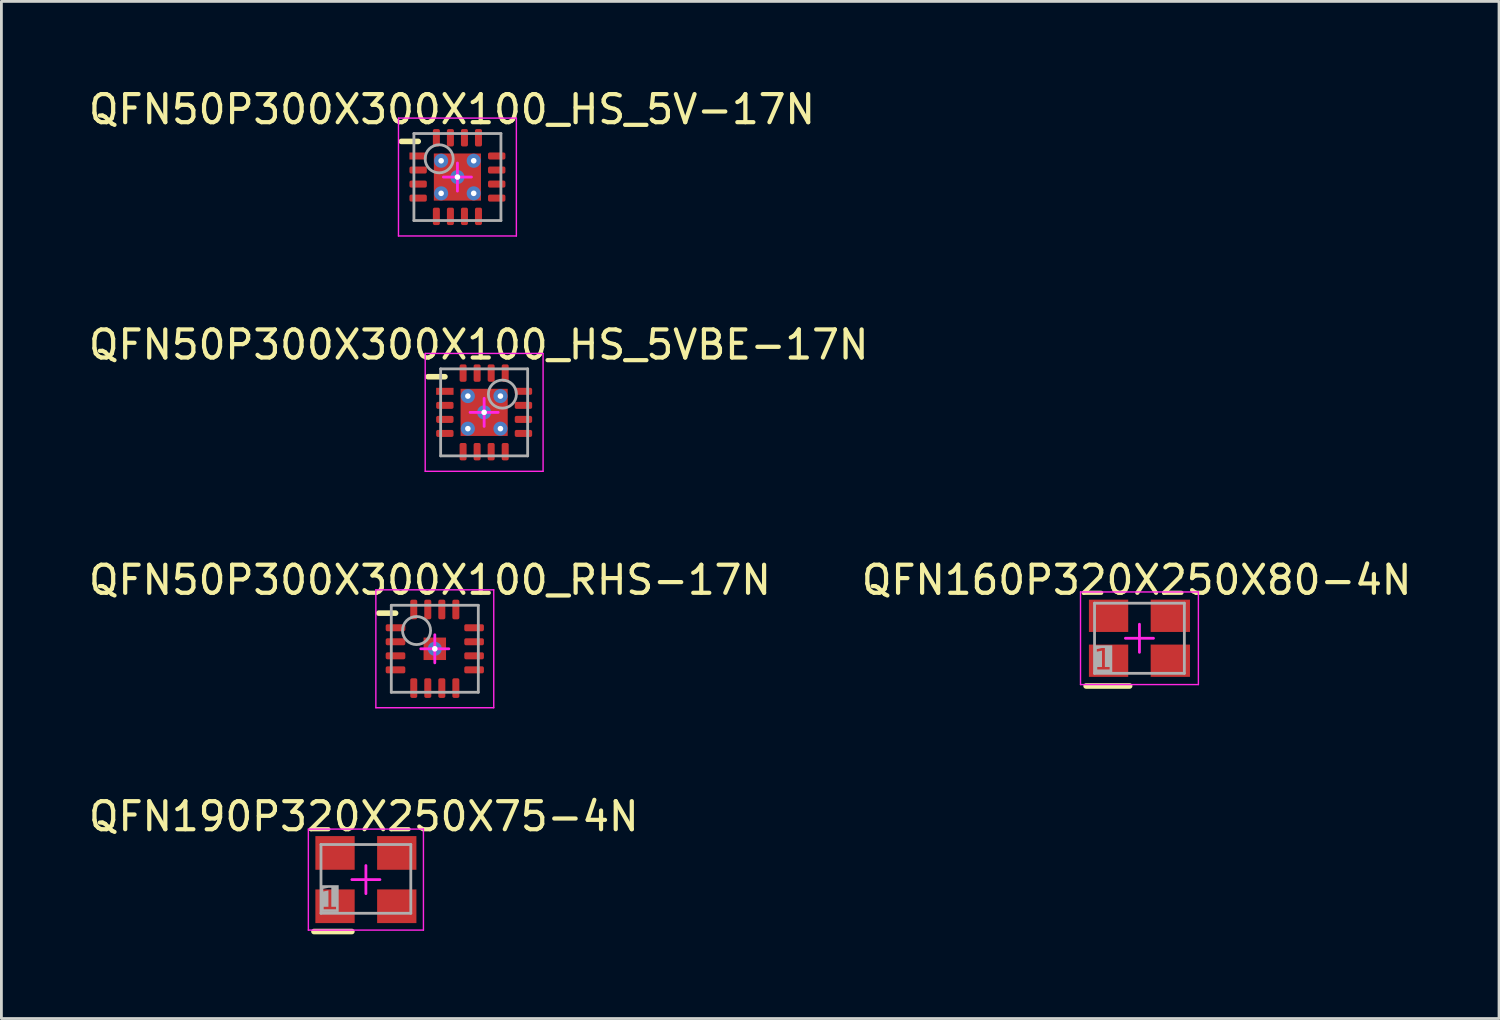
<source format=kicad_pcb>
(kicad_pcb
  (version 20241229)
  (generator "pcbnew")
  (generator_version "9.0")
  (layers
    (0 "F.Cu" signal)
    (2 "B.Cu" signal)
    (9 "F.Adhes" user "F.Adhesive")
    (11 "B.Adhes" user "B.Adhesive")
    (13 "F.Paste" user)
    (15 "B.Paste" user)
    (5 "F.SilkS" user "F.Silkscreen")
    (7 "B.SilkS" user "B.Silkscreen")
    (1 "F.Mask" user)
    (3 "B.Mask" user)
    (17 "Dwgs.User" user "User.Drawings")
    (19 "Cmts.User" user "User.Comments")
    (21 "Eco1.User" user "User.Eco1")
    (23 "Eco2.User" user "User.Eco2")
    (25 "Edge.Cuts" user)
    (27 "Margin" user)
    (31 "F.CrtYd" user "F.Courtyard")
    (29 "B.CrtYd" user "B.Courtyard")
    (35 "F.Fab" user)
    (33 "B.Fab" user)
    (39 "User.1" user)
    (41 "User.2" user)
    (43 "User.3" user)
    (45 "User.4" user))
  (footprint "QFN190P320X250X75-4N"
    (layer "F.Cu")
    (at 9.986 28.288)
    (property "Reference" "QFN190P320X250X75-4N" (at -0.075 -2.25 0) (layer "F.SilkS") (effects (font (size 1 1) (thickness 0.15))))
    (fp_line (start -1.85 1.85) (end -0.5 1.85) (stroke (width 0.2) (type solid)) (layer "F.SilkS"))
    (fp_line (start -2.05 -1.8) (end 2.05 -1.8) (stroke (width 0.05) (type solid)) (layer "F.CrtYd"))
    (fp_line (start -2.05 1.8) (end -2.05 -1.8) (stroke (width 0.05) (type solid)) (layer "F.CrtYd"))
    (fp_line (start -2.05 1.8) (end 2.05 1.8) (stroke (width 0.05) (type solid)) (layer "F.CrtYd"))
    (fp_line (start -0.5 0) (end 0.5 0) (stroke (width 0.1) (type solid)) (layer "F.CrtYd"))
    (fp_line (start 0 0.5) (end 0 -0.5) (stroke (width 0.1) (type solid)) (layer "F.CrtYd"))
    (fp_line (start 2.05 1.8) (end 2.05 -1.8) (stroke (width 0.05) (type solid)) (layer "F.CrtYd"))
    (fp_line (start -1.6 -1.25) (end 1.6 -1.25) (stroke (width 0.1) (type solid)) (layer "F.Fab"))
    (fp_line (start -1.6 1.2) (end -1.6 -1.25) (stroke (width 0.1) (type solid)) (layer "F.Fab"))
    (fp_line (start -1.6 1.2) (end 1.6 1.2) (stroke (width 0.1) (type solid)) (layer "F.Fab"))
    (fp_line (start 1.6 1.2) (end 1.6 -1.25) (stroke (width 0.1) (type solid)) (layer "F.Fab"))
    (fp_text user "1" (at -1.3 0.746 0) (unlocked yes) (layer "F.Fab" knockout) (effects (font (face "Arial") (size 0.75 0.75) (thickness 0.254))))
    (pad "1" smd rect (at -1.1 0.95) (size 1.4 1.2) (layers "F.Cu" "F.Mask" "F.Paste"))
    (pad "2" smd rect (at 1.1 0.95) (size 1.4 1.2) (layers "F.Cu" "F.Mask" "F.Paste"))
    (pad "3" smd rect (at 1.1 -0.95) (size 1.4 1.2) (layers "F.Cu" "F.Mask" "F.Paste"))
    (pad "4" smd rect (at -1.1 -0.95) (size 1.4 1.2) (layers "F.Cu" "F.Mask" "F.Paste")))
  (footprint "QFN50P300X300X100_HS_5V-17N"
    (layer "F.Cu")
    (at 13.247 3.258)
    (property "Reference" "QFN50P300X300X100_HS_5V-17N" (at -0.194 -2.41 0) (layer "F.SilkS") (effects (font (size 1 1) (thickness 0.15))))
    (fp_poly (pts (xy -0.45 0.325) (xy -0.325 0.45) (xy -0.125 0.25) (xy -0.25 0.125)) (stroke (width 0) (type default)) (fill yes) (layer "F.Mask"))
    (fp_poly (pts (xy 0.45 -0.325) (xy 0.325 -0.45) (xy 0.125 -0.25) (xy 0.25 -0.125)) (stroke (width 0) (type default)) (fill yes) (layer "F.Mask"))
    (fp_poly (pts (xy -0.921 0.45) (xy -0.8 0.45) (xy -0.675 0.325) (xy -0.45 0.325) (xy -0.25 0.125) (xy -0.25 -0.125) (xy -0.45 -0.325) (xy -0.675 -0.325) (xy -0.8 -0.45) (xy -0.921 -0.45)) (stroke (width 0) (type default)) (fill yes) (layer "F.Mask"))
    (fp_poly (pts (xy -0.45 -0.918) (xy -0.45 -0.8) (xy -0.325 -0.675) (xy -0.325 -0.45) (xy -0.125 -0.25) (xy 0.125 -0.25) (xy 0.325 -0.45) (xy 0.325 -0.675) (xy 0.45 -0.8) (xy 0.45 -0.918)) (stroke (width 0) (type default)) (fill yes) (layer "F.Mask"))
    (fp_poly (pts (xy 0.45 0.918) (xy 0.45 0.8) (xy 0.325 0.675) (xy 0.325 0.45) (xy 0.125 0.25) (xy -0.125 0.25) (xy -0.325 0.45) (xy -0.325 0.675) (xy -0.45 0.8) (xy -0.45 0.918)) (stroke (width 0) (type default)) (fill yes) (layer "F.Mask"))
    (fp_poly (pts (xy 0.921 -0.45) (xy 0.8 -0.45) (xy 0.675 -0.325) (xy 0.45 -0.325) (xy 0.25 -0.125) (xy 0.25 0.125) (xy 0.45 0.325) (xy 0.675 0.325) (xy 0.8 0.45) (xy 0.921 0.45)) (stroke (width 0) (type default)) (fill yes) (layer "F.Mask"))
    (fp_line (start -1.997 -1.27) (end -1.397 -1.27) (stroke (width 0.2) (type solid)) (layer "F.SilkS"))
    (fp_poly (pts (xy -0.45 0.325) (xy -0.325 0.45) (xy -0.125 0.25) (xy -0.25 0.125)) (stroke (width 0) (type default)) (fill yes) (layer "F.Paste"))
    (fp_poly (pts (xy 0.45 -0.325) (xy 0.325 -0.45) (xy 0.125 -0.25) (xy 0.25 -0.125)) (stroke (width 0) (type default)) (fill yes) (layer "F.Paste"))
    (fp_poly (pts (xy -0.84 0.45) (xy -0.8 0.45) (xy -0.675 0.325) (xy -0.45 0.325) (xy -0.25 0.125) (xy -0.25 -0.125) (xy -0.45 -0.325) (xy -0.675 -0.325) (xy -0.8 -0.45) (xy -0.84 -0.45)) (stroke (width 0) (type default)) (fill yes) (layer "F.Paste"))
    (fp_poly (pts (xy -0.45 -0.84) (xy -0.45 -0.8) (xy -0.325 -0.675) (xy -0.325 -0.45) (xy -0.125 -0.25) (xy 0.125 -0.25) (xy 0.325 -0.45) (xy 0.325 -0.675) (xy 0.45 -0.8) (xy 0.45 -0.84)) (stroke (width 0) (type default)) (fill yes) (layer "F.Paste"))
    (fp_poly (pts (xy 0.45 0.84) (xy 0.45 0.8) (xy 0.325 0.675) (xy 0.325 0.45) (xy 0.125 0.25) (xy -0.125 0.25) (xy -0.325 0.45) (xy -0.325 0.675) (xy -0.45 0.8) (xy -0.45 0.84)) (stroke (width 0) (type default)) (fill yes) (layer "F.Paste"))
    (fp_poly (pts (xy 0.84 -0.45) (xy 0.8 -0.45) (xy 0.675 -0.325) (xy 0.45 -0.325) (xy 0.25 -0.125) (xy 0.25 0.125) (xy 0.45 0.325) (xy 0.675 0.325) (xy 0.8 0.45) (xy 0.84 0.45)) (stroke (width 0) (type default)) (fill yes) (layer "F.Paste"))
    (fp_line (start -2.1 -2.1) (end 2.1 -2.1) (stroke (width 0.05) (type solid)) (layer "F.CrtYd"))
    (fp_line (start -2.1 2.1) (end -2.1 -2.1) (stroke (width 0.05) (type solid)) (layer "F.CrtYd"))
    (fp_line (start -2.1 2.1) (end 2.1 2.1) (stroke (width 0.05) (type solid)) (layer "F.CrtYd"))
    (fp_line (start -0.5 0) (end 0.5 0) (stroke (width 0.1) (type solid)) (layer "F.CrtYd"))
    (fp_line (start 0 0.5) (end 0 -0.5) (stroke (width 0.1) (type solid)) (layer "F.CrtYd"))
    (fp_line (start 2.1 2.1) (end 2.1 -2.1) (stroke (width 0.05) (type solid)) (layer "F.CrtYd"))
    (fp_line (start -1.55 -1.55) (end 1.55 -1.55) (stroke (width 0.1) (type solid)) (layer "F.Fab"))
    (fp_line (start -1.55 1.55) (end -1.55 -1.55) (stroke (width 0.1) (type solid)) (layer "F.Fab"))
    (fp_line (start -1.55 1.55) (end 1.55 1.55) (stroke (width 0.1) (type solid)) (layer "F.Fab"))
    (fp_line (start 1.55 1.55) (end 1.55 -1.55) (stroke (width 0.1) (type solid)) (layer "F.Fab"))
    (fp_circle (center -0.65 -0.65) (end -0.65 -1.15) (stroke (width 0.1) (type solid)) (fill no) (layer "F.Fab"))
    (pad "1" smd rect (at -1.4 -0.75 90) (size 0.25 0.62) (layers "F.Cu" "F.Mask" "F.Paste"))
    (pad "2" smd roundrect (at -1.4 -0.25 90) (size 0.25 0.62) (layers "F.Cu" "F.Mask" "F.Paste") (roundrect_rratio 0.25))
    (pad "3" smd roundrect (at -1.4 0.25 90) (size 0.25 0.62) (layers "F.Cu" "F.Mask" "F.Paste") (roundrect_rratio 0.25))
    (pad "4" smd roundrect (at -1.4 0.75 90) (size 0.25 0.62) (layers "F.Cu" "F.Mask" "F.Paste") (roundrect_rratio 0.25))
    (pad "5" smd roundrect (at -0.75 1.4) (size 0.25 0.62) (layers "F.Cu" "F.Mask" "F.Paste") (roundrect_rratio 0.25))
    (pad "6" smd roundrect (at -0.25 1.4) (size 0.25 0.62) (layers "F.Cu" "F.Mask" "F.Paste") (roundrect_rratio 0.25))
    (pad "7" smd roundrect (at 0.25 1.4) (size 0.25 0.62) (layers "F.Cu" "F.Mask" "F.Paste") (roundrect_rratio 0.25))
    (pad "8" smd roundrect (at 0.75 1.4) (size 0.25 0.62) (layers "F.Cu" "F.Mask" "F.Paste") (roundrect_rratio 0.25))
    (pad "9" smd roundrect (at 1.4 0.75 90) (size 0.25 0.62) (layers "F.Cu" "F.Mask" "F.Paste") (roundrect_rratio 0.25))
    (pad "10" smd roundrect (at 1.4 0.25 90) (size 0.25 0.62) (layers "F.Cu" "F.Mask" "F.Paste") (roundrect_rratio 0.25))
    (pad "11" smd roundrect (at 1.4 -0.25 90) (size 0.25 0.62) (layers "F.Cu" "F.Mask" "F.Paste") (roundrect_rratio 0.25))
    (pad "12" smd roundrect (at 1.4 -0.75 90) (size 0.25 0.62) (layers "F.Cu" "F.Mask" "F.Paste") (roundrect_rratio 0.25))
    (pad "13" smd roundrect (at 0.75 -1.4) (size 0.25 0.62) (layers "F.Cu" "F.Mask" "F.Paste") (roundrect_rratio 0.25))
    (pad "14" smd roundrect (at 0.25 -1.4) (size 0.25 0.62) (layers "F.Cu" "F.Mask" "F.Paste") (roundrect_rratio 0.25))
    (pad "15" smd roundrect (at -0.25 -1.4) (size 0.25 0.62) (layers "F.Cu" "F.Mask" "F.Paste") (roundrect_rratio 0.25))
    (pad "16" smd roundrect (at -0.75 -1.4) (size 0.25 0.62) (layers "F.Cu" "F.Mask" "F.Paste") (roundrect_rratio 0.25))
    (pad "17" thru_hole circle (at -0.58 -0.58) (size 0.5 0.5) (drill 0.2) (layers "*.Cu" "B.Mask"))
    (pad "17" thru_hole circle (at -0.58 0.58) (size 0.5 0.5) (drill 0.2) (layers "*.Cu" "B.Mask"))
    (pad "17" thru_hole circle (at 0 0) (size 0.5 0.5) (drill 0.2) (layers "*.Cu" "B.Mask"))
    (pad "17" smd rect (at 0 0) (size 1.68 1.68) (layers "F.Cu" "F.Paste"))
    (pad "17" thru_hole circle (at 0.58 -0.58) (size 0.5 0.5) (drill 0.2) (layers "*.Cu" "B.Mask"))
    (pad "17" thru_hole circle (at 0.58 0.58) (size 0.5 0.5) (drill 0.2) (layers "*.Cu" "B.Mask")))
  (footprint "QFN50P300X300X100_HS_5VBE-17N"
    (layer "F.Cu")
    (at 14.199 11.642)
    (property "Reference" "QFN50P300X300X100_HS_5VBE-17N" (at -0.194 -2.41 0) (layer "F.SilkS") (effects (font (size 1 1) (thickness 0.15))))
    (fp_line (start -1.997 -1.27) (end -1.397 -1.27) (stroke (width 0.2) (type solid)) (layer "F.SilkS"))
    (fp_rect (start -0.83 -0.65) (end -0.65 -0.83) (stroke (width 0) (type default)) (fill yes) (layer "F.Paste"))
    (fp_rect (start -0.825 -0.475) (end -0.425 -0.075) (stroke (width 0) (type default)) (fill yes) (layer "F.Paste"))
    (fp_rect (start -0.65 0.83) (end -0.83 0.65) (stroke (width 0) (type default)) (fill yes) (layer "F.Paste"))
    (fp_rect (start -0.475 -0.075) (end 0.475 -0.825) (stroke (width 0) (type default)) (fill yes) (layer "F.Paste"))
    (fp_rect (start -0.425 0.475) (end -0.825 0.075) (stroke (width 0) (type default)) (fill yes) (layer "F.Paste"))
    (fp_rect (start 0.425 -0.475) (end 0.825 -0.075) (stroke (width 0) (type default)) (fill yes) (layer "F.Paste"))
    (fp_rect (start 0.475 0.075) (end -0.475 0.825) (stroke (width 0) (type default)) (fill yes) (layer "F.Paste"))
    (fp_rect (start 0.65 -0.83) (end 0.83 -0.65) (stroke (width 0) (type default)) (fill yes) (layer "F.Paste"))
    (fp_rect (start 0.825 0.475) (end 0.425 0.075) (stroke (width 0) (type default)) (fill yes) (layer "F.Paste"))
    (fp_rect (start 0.83 0.65) (end 0.65 0.83) (stroke (width 0) (type default)) (fill yes) (layer "F.Paste"))
    (fp_line (start -2.1 -2.1) (end 2.1 -2.1) (stroke (width 0.05) (type solid)) (layer "F.CrtYd"))
    (fp_line (start -2.1 2.1) (end -2.1 -2.1) (stroke (width 0.05) (type solid)) (layer "F.CrtYd"))
    (fp_line (start -2.1 2.1) (end 2.1 2.1) (stroke (width 0.05) (type solid)) (layer "F.CrtYd"))
    (fp_line (start -0.5 0) (end 0.5 0) (stroke (width 0.1) (type solid)) (layer "F.CrtYd"))
    (fp_line (start 0 0.5) (end 0 -0.5) (stroke (width 0.1) (type solid)) (layer "F.CrtYd"))
    (fp_line (start 2.1 2.1) (end 2.1 -2.1) (stroke (width 0.05) (type solid)) (layer "F.CrtYd"))
    (fp_line (start -1.55 1.55) (end -1.55 -1.55) (stroke (width 0.1) (type solid)) (layer "F.Fab"))
    (fp_line (start 1.55 -1.55) (end -1.55 -1.55) (stroke (width 0.1) (type solid)) (layer "F.Fab"))
    (fp_line (start 1.55 1.55) (end -1.55 1.55) (stroke (width 0.1) (type solid)) (layer "F.Fab"))
    (fp_line (start 1.55 1.55) (end 1.55 -1.55) (stroke (width 0.1) (type solid)) (layer "F.Fab"))
    (fp_circle (center 0.65 -0.65) (end 0.65 -1.15) (stroke (width 0.1) (type solid)) (fill no) (layer "F.Fab"))
    (pad "1" smd rect (at -1.4 -0.75 90) (size 0.25 0.62) (layers "F.Cu" "F.Mask" "F.Paste"))
    (pad "2" smd roundrect (at -1.4 -0.25 90) (size 0.25 0.62) (layers "F.Cu" "F.Mask" "F.Paste") (roundrect_rratio 0.25))
    (pad "3" smd roundrect (at -1.4 0.25 90) (size 0.25 0.62) (layers "F.Cu" "F.Mask" "F.Paste") (roundrect_rratio 0.25))
    (pad "4" smd roundrect (at -1.4 0.75 90) (size 0.25 0.62) (layers "F.Cu" "F.Mask" "F.Paste") (roundrect_rratio 0.25))
    (pad "5" smd roundrect (at -0.75 1.4) (size 0.25 0.62) (layers "F.Cu" "F.Mask" "F.Paste") (roundrect_rratio 0.25))
    (pad "6" smd roundrect (at -0.25 1.4) (size 0.25 0.62) (layers "F.Cu" "F.Mask" "F.Paste") (roundrect_rratio 0.25))
    (pad "7" smd roundrect (at 0.25 1.4) (size 0.25 0.62) (layers "F.Cu" "F.Mask" "F.Paste") (roundrect_rratio 0.25))
    (pad "8" smd roundrect (at 0.75 1.4) (size 0.25 0.62) (layers "F.Cu" "F.Mask" "F.Paste") (roundrect_rratio 0.25))
    (pad "9" smd roundrect (at 1.4 0.75 90) (size 0.25 0.62) (layers "F.Cu" "F.Mask" "F.Paste") (roundrect_rratio 0.25))
    (pad "10" smd roundrect (at 1.4 0.25 90) (size 0.25 0.62) (layers "F.Cu" "F.Mask" "F.Paste") (roundrect_rratio 0.25))
    (pad "11" smd roundrect (at 1.4 -0.25 90) (size 0.25 0.62) (layers "F.Cu" "F.Mask" "F.Paste") (roundrect_rratio 0.25))
    (pad "12" smd roundrect (at 1.4 -0.75 90) (size 0.25 0.62) (layers "F.Cu" "F.Mask" "F.Paste") (roundrect_rratio 0.25))
    (pad "13" smd roundrect (at 0.75 -1.4) (size 0.25 0.62) (layers "F.Cu" "F.Mask" "F.Paste") (roundrect_rratio 0.25))
    (pad "14" smd roundrect (at 0.25 -1.4) (size 0.25 0.62) (layers "F.Cu" "F.Mask" "F.Paste") (roundrect_rratio 0.25))
    (pad "15" smd roundrect (at -0.25 -1.4) (size 0.25 0.62) (layers "F.Cu" "F.Mask" "F.Paste") (roundrect_rratio 0.25))
    (pad "16" smd roundrect (at -0.75 -1.4) (size 0.25 0.62) (layers "F.Cu" "F.Mask" "F.Paste") (roundrect_rratio 0.25))
    (pad "17" thru_hole circle (at -0.58 -0.58) (size 0.5 0.5) (drill 0.2) (layers "*.Cu" "*.Mask"))
    (pad "17" thru_hole circle (at -0.58 0.58) (size 0.5 0.5) (drill 0.2) (layers "*.Cu" "*.Mask"))
    (pad "17" thru_hole circle (at 0 0) (size 0.5 0.5) (drill 0.2) (layers "*.Cu" "*.Mask"))
    (pad "17" smd rect (at 0 0) (size 1.68 1.68) (layers "F.Cu" "F.Mask" "F.Paste"))
    (pad "17" thru_hole circle (at 0.58 -0.58) (size 0.5 0.5) (drill 0.2) (layers "*.Cu" "*.Mask"))
    (pad "17" thru_hole circle (at 0.58 0.58) (size 0.5 0.5) (drill 0.2) (layers "*.Cu" "*.Mask")))
  (footprint "QFN160P320X250X80-4N"
    (layer "F.Cu")
    (at 37.546 19.69)
    (property "Reference" "QFN160P320X250X80-4N" (at -0.1 -2.075 0) (layer "F.SilkS") (effects (font (size 1 1) (thickness 0.15))))
    (fp_line (start -1.9 1.7) (end -0.35 1.7) (stroke (width 0.2) (type solid)) (layer "F.SilkS"))
    (fp_line (start -2.1 -1.65) (end 2.1 -1.65) (stroke (width 0.05) (type solid)) (layer "F.CrtYd"))
    (fp_line (start -2.1 1.65) (end -2.1 -1.65) (stroke (width 0.05) (type solid)) (layer "F.CrtYd"))
    (fp_line (start -2.1 1.65) (end 2.1 1.65) (stroke (width 0.05) (type solid)) (layer "F.CrtYd"))
    (fp_line (start -0.5 0) (end 0.5 0) (stroke (width 0.1) (type solid)) (layer "F.CrtYd"))
    (fp_line (start 0 0.5) (end 0 -0.5) (stroke (width 0.1) (type solid)) (layer "F.CrtYd"))
    (fp_line (start 2.1 1.65) (end 2.1 -1.65) (stroke (width 0.05) (type solid)) (layer "F.CrtYd"))
    (fp_line (start -1.6 -1.25) (end 1.6 -1.25) (stroke (width 0.1) (type solid)) (layer "F.Fab"))
    (fp_line (start -1.6 1.25) (end -1.6 -1.25) (stroke (width 0.1) (type solid)) (layer "F.Fab"))
    (fp_line (start -1.6 1.25) (end 1.6 1.25) (stroke (width 0.1) (type solid)) (layer "F.Fab"))
    (fp_line (start 1.6 1.25) (end 1.6 -1.25) (stroke (width 0.1) (type solid)) (layer "F.Fab"))
    (fp_text user "1" (at -1.3 0.8 0) (unlocked yes) (layer "F.Fab" knockout) (effects (font (face "Arial") (size 0.75 0.75) (thickness 0.254))))
    (pad "1" smd rect (at -1.1 0.8) (size 1.4 1.15) (layers "F.Cu" "F.Mask" "F.Paste"))
    (pad "2" smd rect (at 1.1 0.8) (size 1.4 1.15) (layers "F.Cu" "F.Mask" "F.Paste"))
    (pad "3" smd rect (at 1.1 -0.8) (size 1.4 1.15) (layers "F.Cu" "F.Mask" "F.Paste"))
    (pad "4" smd rect (at -1.1 -0.8) (size 1.4 1.15) (layers "F.Cu" "F.Mask" "F.Paste")))
  (footprint "QFN50P300X300X100_RHS-17N"
    (layer "F.Cu")
    (at 12.441 20.065)
    (property "Reference" "QFN50P300X300X100_RHS-17N" (at -0.173 -2.45 0) (layer "F.SilkS") (effects (font (size 1 1) (thickness 0.15))))
    (fp_line (start -1.997 -1.27) (end -1.397 -1.27) (stroke (width 0.2) (type solid)) (layer "F.SilkS"))
    (fp_poly (pts (xy -0.38 0.38) (xy -0.38 -0.38) (xy 0.38 -0.38) (xy 0.38 0.38)) (stroke (width 0) (type default)) (fill yes) (layer "F.Paste"))
    (fp_line (start -2.1 -2.1) (end 2.1 -2.1) (stroke (width 0.05) (type solid)) (layer "F.CrtYd"))
    (fp_line (start -2.1 2.1) (end -2.1 -2.1) (stroke (width 0.05) (type solid)) (layer "F.CrtYd"))
    (fp_line (start -2.1 2.1) (end 2.1 2.1) (stroke (width 0.05) (type solid)) (layer "F.CrtYd"))
    (fp_line (start -0.5 0) (end 0.5 0) (stroke (width 0.1) (type solid)) (layer "F.CrtYd"))
    (fp_line (start 0 0.5) (end 0 -0.5) (stroke (width 0.1) (type solid)) (layer "F.CrtYd"))
    (fp_line (start 2.1 2.1) (end 2.1 -2.1) (stroke (width 0.05) (type solid)) (layer "F.CrtYd"))
    (fp_line (start -1.55 -1.55) (end 1.55 -1.55) (stroke (width 0.1) (type solid)) (layer "F.Fab"))
    (fp_line (start -1.55 1.55) (end -1.55 -1.55) (stroke (width 0.1) (type solid)) (layer "F.Fab"))
    (fp_line (start -1.55 1.55) (end 1.55 1.55) (stroke (width 0.1) (type solid)) (layer "F.Fab"))
    (fp_line (start 1.55 1.55) (end 1.55 -1.55) (stroke (width 0.1) (type solid)) (layer "F.Fab"))
    (fp_circle (center -0.65 -0.65) (end -0.65 -1.15) (stroke (width 0.1) (type solid)) (fill no) (layer "F.Fab"))
    (pad "1" smd roundrect (at -1.4 -0.75 90) (size 0.25 0.7) (layers "F.Cu" "F.Mask" "F.Paste") (roundrect_rratio 0.25))
    (pad "2" smd roundrect (at -1.4 -0.25 90) (size 0.25 0.7) (layers "F.Cu" "F.Mask" "F.Paste") (roundrect_rratio 0.25))
    (pad "3" smd roundrect (at -1.4 0.25 90) (size 0.25 0.7) (layers "F.Cu" "F.Mask" "F.Paste") (roundrect_rratio 0.25))
    (pad "4" smd roundrect (at -1.4 0.75 90) (size 0.25 0.7) (layers "F.Cu" "F.Mask" "F.Paste") (roundrect_rratio 0.25))
    (pad "5" smd roundrect (at -0.75 1.4) (size 0.25 0.7) (layers "F.Cu" "F.Mask" "F.Paste") (roundrect_rratio 0.25))
    (pad "6" smd roundrect (at -0.25 1.4) (size 0.25 0.7) (layers "F.Cu" "F.Mask" "F.Paste") (roundrect_rratio 0.25))
    (pad "7" smd roundrect (at 0.25 1.4) (size 0.25 0.7) (layers "F.Cu" "F.Mask" "F.Paste") (roundrect_rratio 0.25))
    (pad "8" smd roundrect (at 0.75 1.4) (size 0.25 0.7) (layers "F.Cu" "F.Mask" "F.Paste") (roundrect_rratio 0.25))
    (pad "9" smd roundrect (at 1.4 0.75 90) (size 0.25 0.7) (layers "F.Cu" "F.Mask" "F.Paste") (roundrect_rratio 0.25))
    (pad "10" smd roundrect (at 1.4 0.25 90) (size 0.25 0.7) (layers "F.Cu" "F.Mask" "F.Paste") (roundrect_rratio 0.25))
    (pad "11" smd roundrect (at 1.4 -0.25 90) (size 0.25 0.7) (layers "F.Cu" "F.Mask" "F.Paste") (roundrect_rratio 0.25))
    (pad "12" smd roundrect (at 1.4 -0.75 90) (size 0.25 0.7) (layers "F.Cu" "F.Mask" "F.Paste") (roundrect_rratio 0.25))
    (pad "13" smd roundrect (at 0.75 -1.4) (size 0.25 0.7) (layers "F.Cu" "F.Mask" "F.Paste") (roundrect_rratio 0.25))
    (pad "14" smd roundrect (at 0.25 -1.4) (size 0.25 0.7) (layers "F.Cu" "F.Mask" "F.Paste") (roundrect_rratio 0.25))
    (pad "15" smd roundrect (at -0.25 -1.4) (size 0.25 0.7) (layers "F.Cu" "F.Mask" "F.Paste") (roundrect_rratio 0.25))
    (pad "16" smd roundrect (at -0.75 -1.4) (size 0.25 0.7) (layers "F.Cu" "F.Mask" "F.Paste") (roundrect_rratio 0.25))
    (pad "17" thru_hole circle (at 0 0) (size 0.5 0.5) (drill 0.2) (layers "*.Cu" "*.Mask"))
    (pad "17" smd rect (at 0 0) (size 0.8 0.8) (layers "F.Cu" "F.Mask" "F.Paste")))
  (gr_rect
    (start -3 -3)
    (end 50.357 33.238)
    (stroke (width 0.1) (type default))
    (fill no)
    (layer "Edge.Cuts")))
</source>
